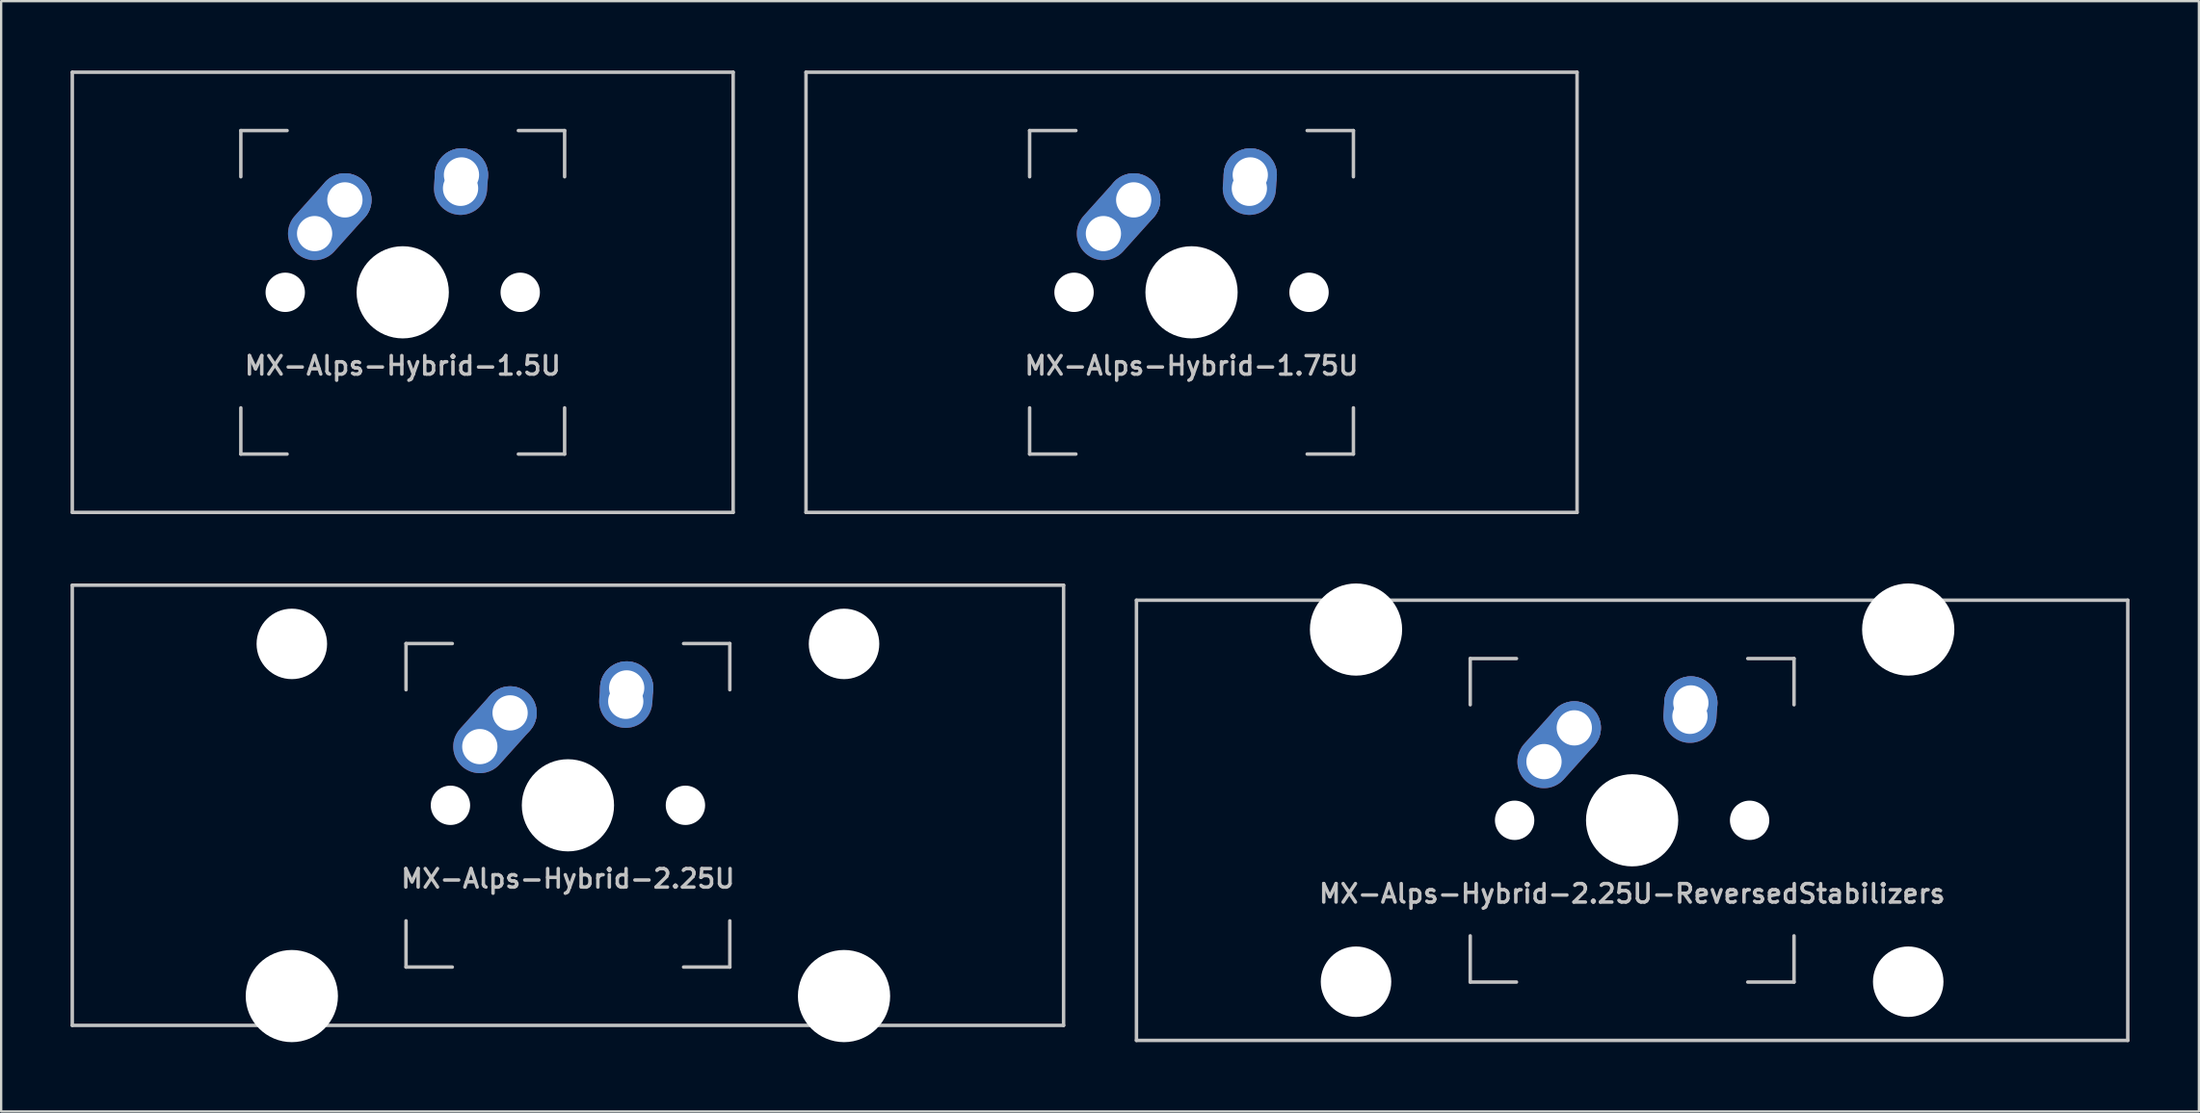
<source format=kicad_pcb>
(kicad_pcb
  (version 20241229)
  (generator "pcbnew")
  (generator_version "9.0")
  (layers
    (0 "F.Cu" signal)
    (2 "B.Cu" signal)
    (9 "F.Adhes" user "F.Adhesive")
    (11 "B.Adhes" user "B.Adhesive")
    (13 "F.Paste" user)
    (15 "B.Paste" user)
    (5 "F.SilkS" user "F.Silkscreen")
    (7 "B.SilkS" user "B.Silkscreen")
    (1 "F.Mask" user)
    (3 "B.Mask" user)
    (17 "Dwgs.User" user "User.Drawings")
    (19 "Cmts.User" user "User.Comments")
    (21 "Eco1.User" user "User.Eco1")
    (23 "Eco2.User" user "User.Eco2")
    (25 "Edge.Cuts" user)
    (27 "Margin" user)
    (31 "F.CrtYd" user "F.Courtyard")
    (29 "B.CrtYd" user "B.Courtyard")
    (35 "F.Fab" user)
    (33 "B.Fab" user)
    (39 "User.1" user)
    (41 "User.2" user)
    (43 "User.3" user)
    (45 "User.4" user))
  (footprint "MX-Alps-Hybrid-1.5U"
    (layer "F.Cu")
    (at 14.363 9.6)
    (property "Reference" "MX-Alps-Hybrid-1.5U" (at 0 3.175 0) (layer "Dwgs.User") (effects (font (size 0.8 0.8) (thickness 0.15))))
    (attr through_hole)
    (fp_line (start -14.287 9.525) (end -14.287 -9.525) (stroke (width 0.15) (type solid)) (layer "Dwgs.User"))
    (fp_line (start -7 -7) (end -7 -5) (stroke (width 0.15) (type solid)) (layer "Dwgs.User"))
    (fp_line (start -7 5) (end -7 7) (stroke (width 0.15) (type solid)) (layer "Dwgs.User"))
    (fp_line (start -7 7) (end -5 7) (stroke (width 0.15) (type solid)) (layer "Dwgs.User"))
    (fp_line (start -5 -7) (end -7 -7) (stroke (width 0.15) (type solid)) (layer "Dwgs.User"))
    (fp_line (start 5 -7) (end 7 -7) (stroke (width 0.15) (type solid)) (layer "Dwgs.User"))
    (fp_line (start 5 7) (end 7 7) (stroke (width 0.15) (type solid)) (layer "Dwgs.User"))
    (fp_line (start 7 -7) (end 7 -5) (stroke (width 0.15) (type solid)) (layer "Dwgs.User"))
    (fp_line (start 7 7) (end 7 5) (stroke (width 0.15) (type solid)) (layer "Dwgs.User"))
    (fp_line (start 14.287 -9.525) (end -14.287 -9.525) (stroke (width 0.15) (type solid)) (layer "Dwgs.User"))
    (fp_line (start 14.287 9.525) (end -14.287 9.525) (stroke (width 0.15) (type solid)) (layer "Dwgs.User"))
    (fp_line (start 14.287 9.525) (end 14.287 -9.525) (stroke (width 0.15) (type solid)) (layer "Dwgs.User"))
    (pad "" np_thru_hole circle (at -5.08 0 48.099) (size 1.702 1.702) (drill 1.702) (layers "*.Cu" "*.Mask"))
    (pad "" np_thru_hole circle (at 0 0) (size 3.988 3.988) (drill 3.988) (layers "*.Cu" "*.Mask"))
    (pad "" np_thru_hole circle (at 5.08 0 48.099) (size 1.702 1.702) (drill 1.702) (layers "*.Cu" "*.Mask"))
    (pad "1" thru_hole oval (at -3.81 -2.54 48.099) (size 4.262 2.3) (drill 1.524 (offset 0.981 0)) (layers "*.Cu" "B.Mask"))
    (pad "1" thru_hole circle (at -2.5 -4) (size 2.3 2.3) (drill 1.524) (layers "*.Cu" "B.Mask"))
    (pad "2" thru_hole oval (at 2.5 -4.5 86.054) (size 2.881 2.3) (drill 1.524 (offset 0.291 0)) (layers "*.Cu" "B.Mask"))
    (pad "2" thru_hole circle (at 2.54 -5.08) (size 2.3 2.3) (drill 1.524) (layers "*.Cu" "B.Mask")))
  (footprint "MX-Alps-Hybrid-1.75U"
    (layer "F.Cu")
    (at 48.469 9.6)
    (property "Reference" "MX-Alps-Hybrid-1.75U" (at 0 3.175 0) (layer "Dwgs.User") (effects (font (size 0.8 0.8) (thickness 0.15))))
    (attr through_hole)
    (fp_line (start -16.669 9.525) (end -16.669 -9.525) (stroke (width 0.15) (type solid)) (layer "Dwgs.User"))
    (fp_line (start -7 -7) (end -7 -5) (stroke (width 0.15) (type solid)) (layer "Dwgs.User"))
    (fp_line (start -7 5) (end -7 7) (stroke (width 0.15) (type solid)) (layer "Dwgs.User"))
    (fp_line (start -7 7) (end -5 7) (stroke (width 0.15) (type solid)) (layer "Dwgs.User"))
    (fp_line (start -5 -7) (end -7 -7) (stroke (width 0.15) (type solid)) (layer "Dwgs.User"))
    (fp_line (start 5 -7) (end 7 -7) (stroke (width 0.15) (type solid)) (layer "Dwgs.User"))
    (fp_line (start 5 7) (end 7 7) (stroke (width 0.15) (type solid)) (layer "Dwgs.User"))
    (fp_line (start 7 -7) (end 7 -5) (stroke (width 0.15) (type solid)) (layer "Dwgs.User"))
    (fp_line (start 7 7) (end 7 5) (stroke (width 0.15) (type solid)) (layer "Dwgs.User"))
    (fp_line (start 16.669 -9.525) (end -16.669 -9.525) (stroke (width 0.15) (type solid)) (layer "Dwgs.User"))
    (fp_line (start 16.669 9.525) (end -16.669 9.525) (stroke (width 0.15) (type solid)) (layer "Dwgs.User"))
    (fp_line (start 16.669 9.525) (end 16.669 -9.525) (stroke (width 0.15) (type solid)) (layer "Dwgs.User"))
    (pad "" np_thru_hole circle (at -5.08 0 48.099) (size 1.702 1.702) (drill 1.702) (layers "*.Cu" "*.Mask"))
    (pad "" np_thru_hole circle (at 0 0) (size 3.988 3.988) (drill 3.988) (layers "*.Cu" "*.Mask"))
    (pad "" np_thru_hole circle (at 5.08 0 48.099) (size 1.702 1.702) (drill 1.702) (layers "*.Cu" "*.Mask"))
    (pad "1" thru_hole oval (at -3.81 -2.54 48.099) (size 4.262 2.3) (drill 1.524 (offset 0.981 0)) (layers "*.Cu" "B.Mask"))
    (pad "1" thru_hole circle (at -2.5 -4) (size 2.3 2.3) (drill 1.524) (layers "*.Cu" "B.Mask"))
    (pad "2" thru_hole oval (at 2.5 -4.5 86.054) (size 2.881 2.3) (drill 1.524 (offset 0.291 0)) (layers "*.Cu" "B.Mask"))
    (pad "2" thru_hole circle (at 2.54 -5.08) (size 2.3 2.3) (drill 1.524) (layers "*.Cu" "B.Mask")))
  (footprint "MX-Alps-Hybrid-2.25U"
    (layer "F.Cu")
    (at 21.506 31.8)
    (property "Reference" "MX-Alps-Hybrid-2.25U" (at 0 3.175 0) (layer "Dwgs.User") (effects (font (size 0.8 0.8) (thickness 0.15))))
    (attr through_hole)
    (fp_line (start -21.431 9.525) (end -21.431 -9.525) (stroke (width 0.15) (type solid)) (layer "Dwgs.User"))
    (fp_line (start -7 -7) (end -7 -5) (stroke (width 0.15) (type solid)) (layer "Dwgs.User"))
    (fp_line (start -7 5) (end -7 7) (stroke (width 0.15) (type solid)) (layer "Dwgs.User"))
    (fp_line (start -7 7) (end -5 7) (stroke (width 0.15) (type solid)) (layer "Dwgs.User"))
    (fp_line (start -5 -7) (end -7 -7) (stroke (width 0.15) (type solid)) (layer "Dwgs.User"))
    (fp_line (start 5 -7) (end 7 -7) (stroke (width 0.15) (type solid)) (layer "Dwgs.User"))
    (fp_line (start 5 7) (end 7 7) (stroke (width 0.15) (type solid)) (layer "Dwgs.User"))
    (fp_line (start 7 -7) (end 7 -5) (stroke (width 0.15) (type solid)) (layer "Dwgs.User"))
    (fp_line (start 7 7) (end 7 5) (stroke (width 0.15) (type solid)) (layer "Dwgs.User"))
    (fp_line (start 21.431 -9.525) (end -21.431 -9.525) (stroke (width 0.15) (type solid)) (layer "Dwgs.User"))
    (fp_line (start 21.431 9.525) (end -21.431 9.525) (stroke (width 0.15) (type solid)) (layer "Dwgs.User"))
    (fp_line (start 21.431 9.525) (end 21.431 -9.525) (stroke (width 0.15) (type solid)) (layer "Dwgs.User"))
    (pad "" np_thru_hole circle (at -11.938 -6.985) (size 3.048 3.048) (drill 3.048) (layers "*.Cu" "*.Mask"))
    (pad "" np_thru_hole circle (at -11.938 8.255) (size 3.988 3.988) (drill 3.988) (layers "*.Cu" "*.Mask"))
    (pad "" np_thru_hole circle (at -5.08 0 48.099) (size 1.702 1.702) (drill 1.702) (layers "*.Cu" "*.Mask"))
    (pad "" np_thru_hole circle (at 0 0) (size 3.988 3.988) (drill 3.988) (layers "*.Cu" "*.Mask"))
    (pad "" np_thru_hole circle (at 5.08 0 48.099) (size 1.702 1.702) (drill 1.702) (layers "*.Cu" "*.Mask"))
    (pad "" np_thru_hole circle (at 11.938 -6.985) (size 3.048 3.048) (drill 3.048) (layers "*.Cu" "*.Mask"))
    (pad "" np_thru_hole circle (at 11.938 8.255) (size 3.988 3.988) (drill 3.988) (layers "*.Cu" "*.Mask"))
    (pad "1" thru_hole oval (at -3.81 -2.54 48.099) (size 4.262 2.3) (drill 1.524 (offset 0.981 0)) (layers "*.Cu" "B.Mask"))
    (pad "1" thru_hole circle (at -2.5 -4) (size 2.3 2.3) (drill 1.524) (layers "*.Cu" "B.Mask"))
    (pad "2" thru_hole oval (at 2.5 -4.5 86.054) (size 2.881 2.3) (drill 1.524 (offset 0.291 0)) (layers "*.Cu" "B.Mask"))
    (pad "2" thru_hole circle (at 2.54 -5.08) (size 2.3 2.3) (drill 1.524) (layers "*.Cu" "B.Mask")))
  (footprint "MX-Alps-Hybrid-2.25U-ReversedStabilizers"
    (layer "F.Cu")
    (at 67.519 32.449)
    (property "Reference" "MX-Alps-Hybrid-2.25U-ReversedStabilizers" (at 0 3.175 0) (layer "Dwgs.User") (effects (font (size 0.8 0.8) (thickness 0.15))))
    (attr through_hole)
    (fp_line (start -21.431 9.525) (end -21.431 -9.525) (stroke (width 0.15) (type solid)) (layer "Dwgs.User"))
    (fp_line (start -7 -7) (end -7 -5) (stroke (width 0.15) (type solid)) (layer "Dwgs.User"))
    (fp_line (start -7 5) (end -7 7) (stroke (width 0.15) (type solid)) (layer "Dwgs.User"))
    (fp_line (start -7 7) (end -5 7) (stroke (width 0.15) (type solid)) (layer "Dwgs.User"))
    (fp_line (start -5 -7) (end -7 -7) (stroke (width 0.15) (type solid)) (layer "Dwgs.User"))
    (fp_line (start 5 -7) (end 7 -7) (stroke (width 0.15) (type solid)) (layer "Dwgs.User"))
    (fp_line (start 5 7) (end 7 7) (stroke (width 0.15) (type solid)) (layer "Dwgs.User"))
    (fp_line (start 7 -7) (end 7 -5) (stroke (width 0.15) (type solid)) (layer "Dwgs.User"))
    (fp_line (start 7 7) (end 7 5) (stroke (width 0.15) (type solid)) (layer "Dwgs.User"))
    (fp_line (start 21.431 -9.525) (end -21.431 -9.525) (stroke (width 0.15) (type solid)) (layer "Dwgs.User"))
    (fp_line (start 21.431 9.525) (end -21.431 9.525) (stroke (width 0.15) (type solid)) (layer "Dwgs.User"))
    (fp_line (start 21.431 9.525) (end 21.431 -9.525) (stroke (width 0.15) (type solid)) (layer "Dwgs.User"))
    (pad "" np_thru_hole circle (at -11.938 -8.255) (size 3.988 3.988) (drill 3.988) (layers "*.Cu" "*.Mask"))
    (pad "" np_thru_hole circle (at -11.938 6.985) (size 3.048 3.048) (drill 3.048) (layers "*.Cu" "*.Mask"))
    (pad "" np_thru_hole circle (at -5.08 0 48.099) (size 1.702 1.702) (drill 1.702) (layers "*.Cu" "*.Mask"))
    (pad "" np_thru_hole circle (at 0 0) (size 3.988 3.988) (drill 3.988) (layers "*.Cu" "*.Mask"))
    (pad "" np_thru_hole circle (at 5.08 0 48.099) (size 1.702 1.702) (drill 1.702) (layers "*.Cu" "*.Mask"))
    (pad "" np_thru_hole circle (at 11.938 -8.255) (size 3.988 3.988) (drill 3.988) (layers "*.Cu" "*.Mask"))
    (pad "" np_thru_hole circle (at 11.938 6.985) (size 3.048 3.048) (drill 3.048) (layers "*.Cu" "*.Mask"))
    (pad "1" thru_hole oval (at -3.81 -2.54 48.099) (size 4.262 2.3) (drill 1.524 (offset 0.981 0)) (layers "*.Cu" "B.Mask"))
    (pad "1" thru_hole circle (at -2.5 -4) (size 2.3 2.3) (drill 1.524) (layers "*.Cu" "B.Mask"))
    (pad "2" thru_hole oval (at 2.5 -4.5 86.054) (size 2.881 2.3) (drill 1.524 (offset 0.291 0)) (layers "*.Cu" "B.Mask"))
    (pad "2" thru_hole circle (at 2.54 -5.08) (size 2.3 2.3) (drill 1.524) (layers "*.Cu" "B.Mask")))
  (gr_rect
    (start -3 -3)
    (end 92.025 45.049)
    (stroke (width 0.1) (type default))
    (fill no)
    (layer "Edge.Cuts")))
</source>
